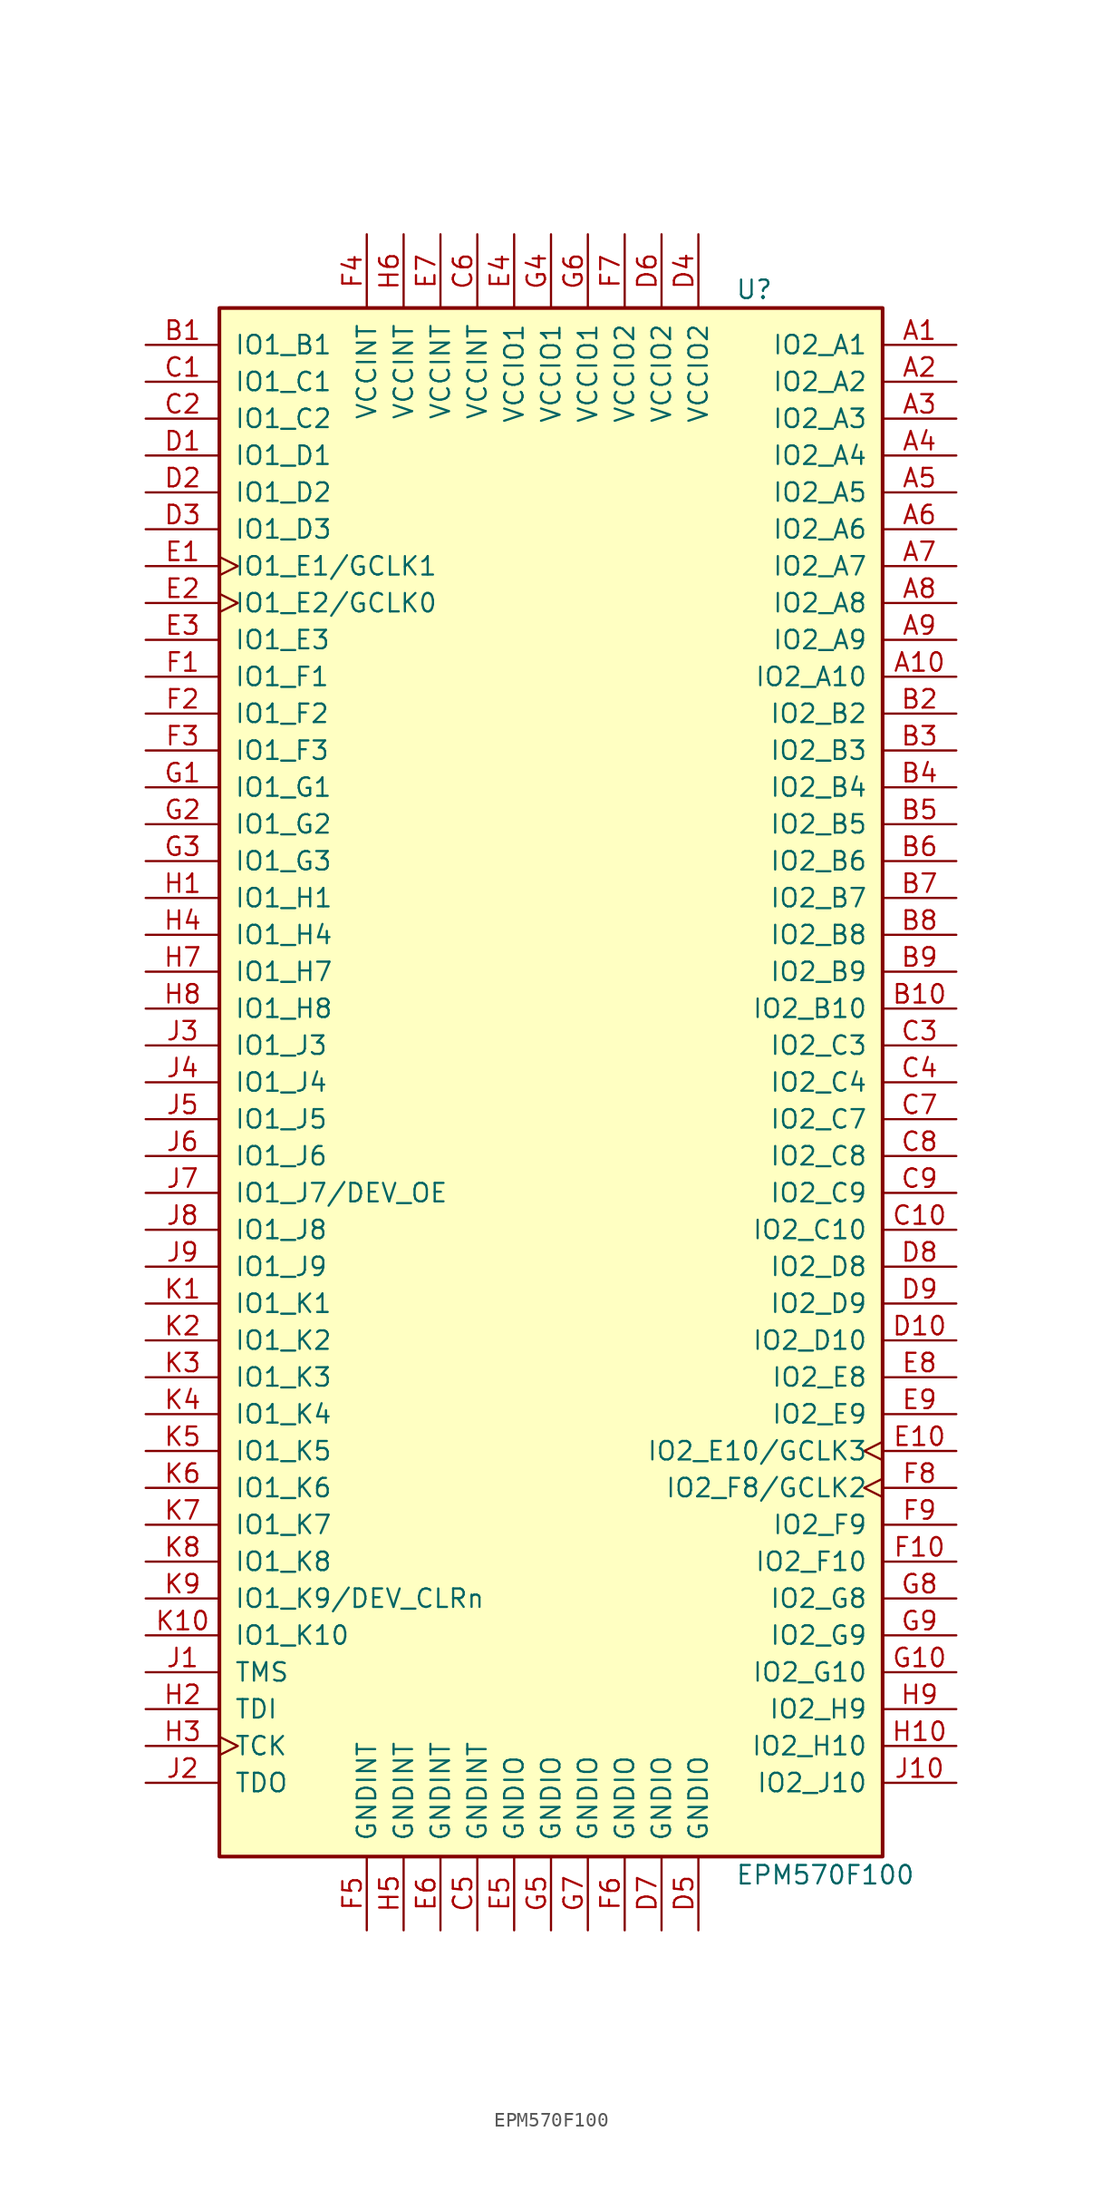
<source format=kicad_sym>
(kicad_symbol_lib
  (version 20201005)
  (generator kicad_symbol_editor)
  (symbol "EPM570F100"
    (pin_names
      (offset 1.016))
    (property "Reference" "U"
      (at 12.7 54.61 0)
      (effects (font (size 1.27 1.27)) (justify left)))
    (property "Value" "EPM570F100"
      (at 12.7 -54.61 0)
      (effects (font (size 1.27 1.27)) (justify left)))
    (property "ki_locked" ""
      (at 0 0 0)
      (effects (font (size 1.27 1.27))))
    (symbol "EPM570F100_1_1"
      (rectangle (start -22.86 53.34) (end 22.86 -53.34) (stroke (width 0.254)) (fill (type background)))
      (pin bidirectional line (at 27.94 50.8 180) (length 5.08) (name "IO2_A1" (effects (font (size 1.27 1.27)))) (number "A1" (effects (font (size 1.27 1.27)))))
      (pin bidirectional line (at 27.94 27.94 180) (length 5.08) (name "IO2_A10" (effects (font (size 1.27 1.27)))) (number "A10" (effects (font (size 1.27 1.27)))))
      (pin bidirectional line (at 27.94 48.26 180) (length 5.08) (name "IO2_A2" (effects (font (size 1.27 1.27)))) (number "A2" (effects (font (size 1.27 1.27)))))
      (pin bidirectional line (at 27.94 45.72 180) (length 5.08) (name "IO2_A3" (effects (font (size 1.27 1.27)))) (number "A3" (effects (font (size 1.27 1.27)))))
      (pin bidirectional line (at 27.94 43.18 180) (length 5.08) (name "IO2_A4" (effects (font (size 1.27 1.27)))) (number "A4" (effects (font (size 1.27 1.27)))))
      (pin bidirectional line (at 27.94 40.64 180) (length 5.08) (name "IO2_A5" (effects (font (size 1.27 1.27)))) (number "A5" (effects (font (size 1.27 1.27)))))
      (pin bidirectional line (at 27.94 38.1 180) (length 5.08) (name "IO2_A6" (effects (font (size 1.27 1.27)))) (number "A6" (effects (font (size 1.27 1.27)))))
      (pin bidirectional line (at 27.94 35.56 180) (length 5.08) (name "IO2_A7" (effects (font (size 1.27 1.27)))) (number "A7" (effects (font (size 1.27 1.27)))))
      (pin bidirectional line (at 27.94 33.02 180) (length 5.08) (name "IO2_A8" (effects (font (size 1.27 1.27)))) (number "A8" (effects (font (size 1.27 1.27)))))
      (pin bidirectional line (at 27.94 30.48 180) (length 5.08) (name "IO2_A9" (effects (font (size 1.27 1.27)))) (number "A9" (effects (font (size 1.27 1.27)))))
      (pin bidirectional line (at -27.94 50.8 0) (length 5.08) (name "IO1_B1" (effects (font (size 1.27 1.27)))) (number "B1" (effects (font (size 1.27 1.27)))))
      (pin bidirectional line (at 27.94 5.08 180) (length 5.08) (name "IO2_B10" (effects (font (size 1.27 1.27)))) (number "B10" (effects (font (size 1.27 1.27)))))
      (pin bidirectional line (at 27.94 25.4 180) (length 5.08) (name "IO2_B2" (effects (font (size 1.27 1.27)))) (number "B2" (effects (font (size 1.27 1.27)))))
      (pin bidirectional line (at 27.94 22.86 180) (length 5.08) (name "IO2_B3" (effects (font (size 1.27 1.27)))) (number "B3" (effects (font (size 1.27 1.27)))))
      (pin bidirectional line (at 27.94 20.32 180) (length 5.08) (name "IO2_B4" (effects (font (size 1.27 1.27)))) (number "B4" (effects (font (size 1.27 1.27)))))
      (pin bidirectional line (at 27.94 17.78 180) (length 5.08) (name "IO2_B5" (effects (font (size 1.27 1.27)))) (number "B5" (effects (font (size 1.27 1.27)))))
      (pin bidirectional line (at 27.94 15.24 180) (length 5.08) (name "IO2_B6" (effects (font (size 1.27 1.27)))) (number "B6" (effects (font (size 1.27 1.27)))))
      (pin bidirectional line (at 27.94 12.7 180) (length 5.08) (name "IO2_B7" (effects (font (size 1.27 1.27)))) (number "B7" (effects (font (size 1.27 1.27)))))
      (pin bidirectional line (at 27.94 10.16 180) (length 5.08) (name "IO2_B8" (effects (font (size 1.27 1.27)))) (number "B8" (effects (font (size 1.27 1.27)))))
      (pin bidirectional line (at 27.94 7.62 180) (length 5.08) (name "IO2_B9" (effects (font (size 1.27 1.27)))) (number "B9" (effects (font (size 1.27 1.27)))))
      (pin bidirectional line (at -27.94 48.26 0) (length 5.08) (name "IO1_C1" (effects (font (size 1.27 1.27)))) (number "C1" (effects (font (size 1.27 1.27)))))
      (pin bidirectional line (at 27.94 -10.16 180) (length 5.08) (name "IO2_C10" (effects (font (size 1.27 1.27)))) (number "C10" (effects (font (size 1.27 1.27)))))
      (pin bidirectional line (at -27.94 45.72 0) (length 5.08) (name "IO1_C2" (effects (font (size 1.27 1.27)))) (number "C2" (effects (font (size 1.27 1.27)))))
      (pin bidirectional line (at 27.94 2.54 180) (length 5.08) (name "IO2_C3" (effects (font (size 1.27 1.27)))) (number "C3" (effects (font (size 1.27 1.27)))))
      (pin bidirectional line (at 27.94 0 180) (length 5.08) (name "IO2_C4" (effects (font (size 1.27 1.27)))) (number "C4" (effects (font (size 1.27 1.27)))))
      (pin power_in line (at -5.08 -58.42 90) (length 5.08) (name "GNDINT" (effects (font (size 1.27 1.27)))) (number "C5" (effects (font (size 1.27 1.27)))))
      (pin power_in line (at -5.08 58.42 270) (length 5.08) (name "VCCINT" (effects (font (size 1.27 1.27)))) (number "C6" (effects (font (size 1.27 1.27)))))
      (pin bidirectional line (at 27.94 -2.54 180) (length 5.08) (name "IO2_C7" (effects (font (size 1.27 1.27)))) (number "C7" (effects (font (size 1.27 1.27)))))
      (pin bidirectional line (at 27.94 -5.08 180) (length 5.08) (name "IO2_C8" (effects (font (size 1.27 1.27)))) (number "C8" (effects (font (size 1.27 1.27)))))
      (pin bidirectional line (at 27.94 -7.62 180) (length 5.08) (name "IO2_C9" (effects (font (size 1.27 1.27)))) (number "C9" (effects (font (size 1.27 1.27)))))
      (pin bidirectional line (at -27.94 43.18 0) (length 5.08) (name "IO1_D1" (effects (font (size 1.27 1.27)))) (number "D1" (effects (font (size 1.27 1.27)))))
      (pin bidirectional line (at 27.94 -17.78 180) (length 5.08) (name "IO2_D10" (effects (font (size 1.27 1.27)))) (number "D10" (effects (font (size 1.27 1.27)))))
      (pin bidirectional line (at -27.94 40.64 0) (length 5.08) (name "IO1_D2" (effects (font (size 1.27 1.27)))) (number "D2" (effects (font (size 1.27 1.27)))))
      (pin bidirectional line (at -27.94 38.1 0) (length 5.08) (name "IO1_D3" (effects (font (size 1.27 1.27)))) (number "D3" (effects (font (size 1.27 1.27)))))
      (pin power_in line (at 10.16 58.42 270) (length 5.08) (name "VCCIO2" (effects (font (size 1.27 1.27)))) (number "D4" (effects (font (size 1.27 1.27)))))
      (pin power_in line (at 10.16 -58.42 90) (length 5.08) (name "GNDIO" (effects (font (size 1.27 1.27)))) (number "D5" (effects (font (size 1.27 1.27)))))
      (pin power_in line (at 7.62 58.42 270) (length 5.08) (name "VCCIO2" (effects (font (size 1.27 1.27)))) (number "D6" (effects (font (size 1.27 1.27)))))
      (pin power_in line (at 7.62 -58.42 90) (length 5.08) (name "GNDIO" (effects (font (size 1.27 1.27)))) (number "D7" (effects (font (size 1.27 1.27)))))
      (pin bidirectional line (at 27.94 -12.7 180) (length 5.08) (name "IO2_D8" (effects (font (size 1.27 1.27)))) (number "D8" (effects (font (size 1.27 1.27)))))
      (pin bidirectional line (at 27.94 -15.24 180) (length 5.08) (name "IO2_D9" (effects (font (size 1.27 1.27)))) (number "D9" (effects (font (size 1.27 1.27)))))
      (pin bidirectional clock (at -27.94 35.56 0) (length 5.08) (name "IO1_E1/GCLK1" (effects (font (size 1.27 1.27)))) (number "E1" (effects (font (size 1.27 1.27)))))
      (pin bidirectional clock (at 27.94 -25.4 180) (length 5.08) (name "IO2_E10/GCLK3" (effects (font (size 1.27 1.27)))) (number "E10" (effects (font (size 1.27 1.27)))))
      (pin bidirectional clock (at -27.94 33.02 0) (length 5.08) (name "IO1_E2/GCLK0" (effects (font (size 1.27 1.27)))) (number "E2" (effects (font (size 1.27 1.27)))))
      (pin bidirectional line (at -27.94 30.48 0) (length 5.08) (name "IO1_E3" (effects (font (size 1.27 1.27)))) (number "E3" (effects (font (size 1.27 1.27)))))
      (pin power_in line (at -2.54 58.42 270) (length 5.08) (name "VCCIO1" (effects (font (size 1.27 1.27)))) (number "E4" (effects (font (size 1.27 1.27)))))
      (pin power_in line (at -2.54 -58.42 90) (length 5.08) (name "GNDIO" (effects (font (size 1.27 1.27)))) (number "E5" (effects (font (size 1.27 1.27)))))
      (pin power_in line (at -7.62 -58.42 90) (length 5.08) (name "GNDINT" (effects (font (size 1.27 1.27)))) (number "E6" (effects (font (size 1.27 1.27)))))
      (pin power_in line (at -7.62 58.42 270) (length 5.08) (name "VCCINT" (effects (font (size 1.27 1.27)))) (number "E7" (effects (font (size 1.27 1.27)))))
      (pin bidirectional line (at 27.94 -20.32 180) (length 5.08) (name "IO2_E8" (effects (font (size 1.27 1.27)))) (number "E8" (effects (font (size 1.27 1.27)))))
      (pin bidirectional line (at 27.94 -22.86 180) (length 5.08) (name "IO2_E9" (effects (font (size 1.27 1.27)))) (number "E9" (effects (font (size 1.27 1.27)))))
      (pin bidirectional line (at -27.94 27.94 0) (length 5.08) (name "IO1_F1" (effects (font (size 1.27 1.27)))) (number "F1" (effects (font (size 1.27 1.27)))))
      (pin bidirectional line (at 27.94 -33.02 180) (length 5.08) (name "IO2_F10" (effects (font (size 1.27 1.27)))) (number "F10" (effects (font (size 1.27 1.27)))))
      (pin bidirectional line (at -27.94 25.4 0) (length 5.08) (name "IO1_F2" (effects (font (size 1.27 1.27)))) (number "F2" (effects (font (size 1.27 1.27)))))
      (pin bidirectional line (at -27.94 22.86 0) (length 5.08) (name "IO1_F3" (effects (font (size 1.27 1.27)))) (number "F3" (effects (font (size 1.27 1.27)))))
      (pin power_in line (at -12.7 58.42 270) (length 5.08) (name "VCCINT" (effects (font (size 1.27 1.27)))) (number "F4" (effects (font (size 1.27 1.27)))))
      (pin power_in line (at -12.7 -58.42 90) (length 5.08) (name "GNDINT" (effects (font (size 1.27 1.27)))) (number "F5" (effects (font (size 1.27 1.27)))))
      (pin power_in line (at 5.08 -58.42 90) (length 5.08) (name "GNDIO" (effects (font (size 1.27 1.27)))) (number "F6" (effects (font (size 1.27 1.27)))))
      (pin power_in line (at 5.08 58.42 270) (length 5.08) (name "VCCIO2" (effects (font (size 1.27 1.27)))) (number "F7" (effects (font (size 1.27 1.27)))))
      (pin bidirectional clock (at 27.94 -27.94 180) (length 5.08) (name "IO2_F8/GCLK2" (effects (font (size 1.27 1.27)))) (number "F8" (effects (font (size 1.27 1.27)))))
      (pin bidirectional line (at 27.94 -30.48 180) (length 5.08) (name "IO2_F9" (effects (font (size 1.27 1.27)))) (number "F9" (effects (font (size 1.27 1.27)))))
      (pin bidirectional line (at -27.94 20.32 0) (length 5.08) (name "IO1_G1" (effects (font (size 1.27 1.27)))) (number "G1" (effects (font (size 1.27 1.27)))))
      (pin bidirectional line (at 27.94 -40.64 180) (length 5.08) (name "IO2_G10" (effects (font (size 1.27 1.27)))) (number "G10" (effects (font (size 1.27 1.27)))))
      (pin bidirectional line (at -27.94 17.78 0) (length 5.08) (name "IO1_G2" (effects (font (size 1.27 1.27)))) (number "G2" (effects (font (size 1.27 1.27)))))
      (pin bidirectional line (at -27.94 15.24 0) (length 5.08) (name "IO1_G3" (effects (font (size 1.27 1.27)))) (number "G3" (effects (font (size 1.27 1.27)))))
      (pin power_in line (at 0 58.42 270) (length 5.08) (name "VCCIO1" (effects (font (size 1.27 1.27)))) (number "G4" (effects (font (size 1.27 1.27)))))
      (pin power_in line (at 0 -58.42 90) (length 5.08) (name "GNDIO" (effects (font (size 1.27 1.27)))) (number "G5" (effects (font (size 1.27 1.27)))))
      (pin power_in line (at 2.54 58.42 270) (length 5.08) (name "VCCIO1" (effects (font (size 1.27 1.27)))) (number "G6" (effects (font (size 1.27 1.27)))))
      (pin power_in line (at 2.54 -58.42 90) (length 5.08) (name "GNDIO" (effects (font (size 1.27 1.27)))) (number "G7" (effects (font (size 1.27 1.27)))))
      (pin bidirectional line (at 27.94 -35.56 180) (length 5.08) (name "IO2_G8" (effects (font (size 1.27 1.27)))) (number "G8" (effects (font (size 1.27 1.27)))))
      (pin bidirectional line (at 27.94 -38.1 180) (length 5.08) (name "IO2_G9" (effects (font (size 1.27 1.27)))) (number "G9" (effects (font (size 1.27 1.27)))))
      (pin bidirectional line (at -27.94 12.7 0) (length 5.08) (name "IO1_H1" (effects (font (size 1.27 1.27)))) (number "H1" (effects (font (size 1.27 1.27)))))
      (pin bidirectional line (at 27.94 -45.72 180) (length 5.08) (name "IO2_H10" (effects (font (size 1.27 1.27)))) (number "H10" (effects (font (size 1.27 1.27)))))
      (pin input line (at -27.94 -43.18 0) (length 5.08) (name "TDI" (effects (font (size 1.27 1.27)))) (number "H2" (effects (font (size 1.27 1.27)))))
      (pin input clock (at -27.94 -45.72 0) (length 5.08) (name "TCK" (effects (font (size 1.27 1.27)))) (number "H3" (effects (font (size 1.27 1.27)))))
      (pin bidirectional line (at -27.94 10.16 0) (length 5.08) (name "IO1_H4" (effects (font (size 1.27 1.27)))) (number "H4" (effects (font (size 1.27 1.27)))))
      (pin power_in line (at -10.16 -58.42 90) (length 5.08) (name "GNDINT" (effects (font (size 1.27 1.27)))) (number "H5" (effects (font (size 1.27 1.27)))))
      (pin power_in line (at -10.16 58.42 270) (length 5.08) (name "VCCINT" (effects (font (size 1.27 1.27)))) (number "H6" (effects (font (size 1.27 1.27)))))
      (pin bidirectional line (at -27.94 7.62 0) (length 5.08) (name "IO1_H7" (effects (font (size 1.27 1.27)))) (number "H7" (effects (font (size 1.27 1.27)))))
      (pin bidirectional line (at -27.94 5.08 0) (length 5.08) (name "IO1_H8" (effects (font (size 1.27 1.27)))) (number "H8" (effects (font (size 1.27 1.27)))))
      (pin bidirectional line (at 27.94 -43.18 180) (length 5.08) (name "IO2_H9" (effects (font (size 1.27 1.27)))) (number "H9" (effects (font (size 1.27 1.27)))))
      (pin input line (at -27.94 -40.64 0) (length 5.08) (name "TMS" (effects (font (size 1.27 1.27)))) (number "J1" (effects (font (size 1.27 1.27)))))
      (pin bidirectional line (at 27.94 -48.26 180) (length 5.08) (name "IO2_J10" (effects (font (size 1.27 1.27)))) (number "J10" (effects (font (size 1.27 1.27)))))
      (pin output line (at -27.94 -48.26 0) (length 5.08) (name "TDO" (effects (font (size 1.27 1.27)))) (number "J2" (effects (font (size 1.27 1.27)))))
      (pin bidirectional line (at -27.94 2.54 0) (length 5.08) (name "IO1_J3" (effects (font (size 1.27 1.27)))) (number "J3" (effects (font (size 1.27 1.27)))))
      (pin bidirectional line (at -27.94 0 0) (length 5.08) (name "IO1_J4" (effects (font (size 1.27 1.27)))) (number "J4" (effects (font (size 1.27 1.27)))))
      (pin bidirectional line (at -27.94 -2.54 0) (length 5.08) (name "IO1_J5" (effects (font (size 1.27 1.27)))) (number "J5" (effects (font (size 1.27 1.27)))))
      (pin bidirectional line (at -27.94 -5.08 0) (length 5.08) (name "IO1_J6" (effects (font (size 1.27 1.27)))) (number "J6" (effects (font (size 1.27 1.27)))))
      (pin bidirectional line (at -27.94 -7.62 0) (length 5.08) (name "IO1_J7/DEV_OE" (effects (font (size 1.27 1.27)))) (number "J7" (effects (font (size 1.27 1.27)))))
      (pin bidirectional line (at -27.94 -10.16 0) (length 5.08) (name "IO1_J8" (effects (font (size 1.27 1.27)))) (number "J8" (effects (font (size 1.27 1.27)))))
      (pin bidirectional line (at -27.94 -12.7 0) (length 5.08) (name "IO1_J9" (effects (font (size 1.27 1.27)))) (number "J9" (effects (font (size 1.27 1.27)))))
      (pin bidirectional line (at -27.94 -15.24 0) (length 5.08) (name "IO1_K1" (effects (font (size 1.27 1.27)))) (number "K1" (effects (font (size 1.27 1.27)))))
      (pin bidirectional line (at -27.94 -38.1 0) (length 5.08) (name "IO1_K10" (effects (font (size 1.27 1.27)))) (number "K10" (effects (font (size 1.27 1.27)))))
      (pin bidirectional line (at -27.94 -17.78 0) (length 5.08) (name "IO1_K2" (effects (font (size 1.27 1.27)))) (number "K2" (effects (font (size 1.27 1.27)))))
      (pin bidirectional line (at -27.94 -20.32 0) (length 5.08) (name "IO1_K3" (effects (font (size 1.27 1.27)))) (number "K3" (effects (font (size 1.27 1.27)))))
      (pin bidirectional line (at -27.94 -22.86 0) (length 5.08) (name "IO1_K4" (effects (font (size 1.27 1.27)))) (number "K4" (effects (font (size 1.27 1.27)))))
      (pin bidirectional line (at -27.94 -25.4 0) (length 5.08) (name "IO1_K5" (effects (font (size 1.27 1.27)))) (number "K5" (effects (font (size 1.27 1.27)))))
      (pin bidirectional line (at -27.94 -27.94 0) (length 5.08) (name "IO1_K6" (effects (font (size 1.27 1.27)))) (number "K6" (effects (font (size 1.27 1.27)))))
      (pin bidirectional line (at -27.94 -30.48 0) (length 5.08) (name "IO1_K7" (effects (font (size 1.27 1.27)))) (number "K7" (effects (font (size 1.27 1.27)))))
      (pin bidirectional line (at -27.94 -33.02 0) (length 5.08) (name "IO1_K8" (effects (font (size 1.27 1.27)))) (number "K8" (effects (font (size 1.27 1.27)))))
      (pin bidirectional line (at -27.94 -35.56 0) (length 5.08) (name "IO1_K9/DEV_CLRn" (effects (font (size 1.27 1.27)))) (number "K9" (effects (font (size 1.27 1.27))))))))
</source>
